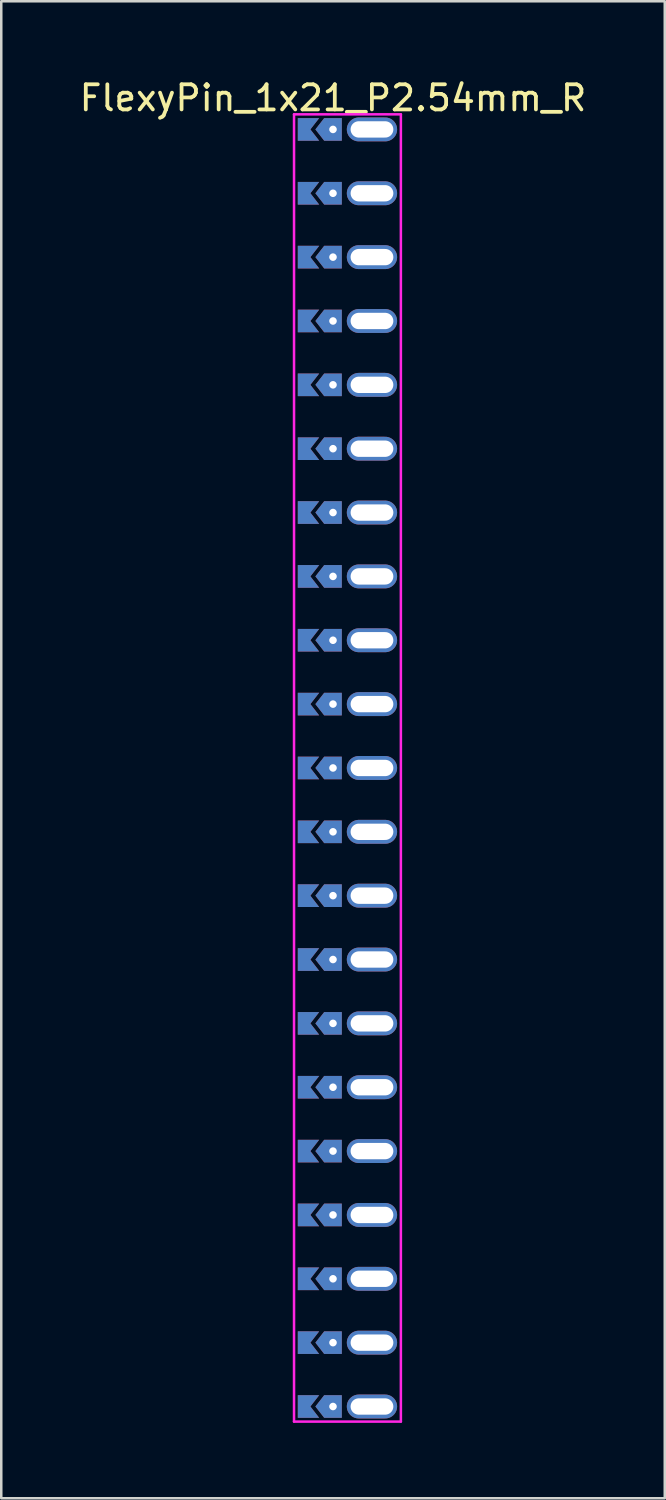
<source format=kicad_pcb>
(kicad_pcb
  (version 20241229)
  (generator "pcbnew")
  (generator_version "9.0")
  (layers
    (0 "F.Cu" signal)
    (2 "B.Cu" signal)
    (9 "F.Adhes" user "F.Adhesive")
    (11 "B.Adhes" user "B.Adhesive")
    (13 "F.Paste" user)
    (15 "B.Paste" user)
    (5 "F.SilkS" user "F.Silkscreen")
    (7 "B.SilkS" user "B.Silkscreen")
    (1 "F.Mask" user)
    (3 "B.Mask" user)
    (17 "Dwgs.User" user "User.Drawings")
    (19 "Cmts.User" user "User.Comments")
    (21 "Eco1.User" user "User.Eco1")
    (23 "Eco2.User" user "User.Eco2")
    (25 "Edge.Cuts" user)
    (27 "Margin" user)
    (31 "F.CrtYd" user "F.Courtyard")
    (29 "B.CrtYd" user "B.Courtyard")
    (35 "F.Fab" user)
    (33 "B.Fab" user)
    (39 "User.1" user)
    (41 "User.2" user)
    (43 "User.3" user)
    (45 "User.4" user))
  (footprint "FlexyPin_1x21_P2.54mm_R"
    (layer "F.Cu")
    (at 10.196 2.098)
    (property "Reference" "FlexyPin_1x21_P2.54mm_R" (at 0 -1.25 0) (layer "F.SilkS") (effects (font (size 1 1) (thickness 0.15))))
    (attr through_hole)
    (fp_line (start -1.55 -0.6) (end 2.7 -0.6) (stroke (width 0.1) (type solid)) (layer "F.CrtYd"))
    (fp_line (start -1.55 51.4) (end -1.55 -0.6) (stroke (width 0.1) (type solid)) (layer "F.CrtYd"))
    (fp_line (start 2.7 -0.6) (end 2.7 51.4) (stroke (width 0.1) (type solid)) (layer "F.CrtYd"))
    (fp_line (start 2.7 51.4) (end -1.55 51.4) (stroke (width 0.1) (type solid)) (layer "F.CrtYd"))
    (pad "" thru_hole custom (at 0 0) (size 0.3 0.3) (drill 0.6) (layers "*.Cu" "*.Mask") (options (anchor rect)) (primitives (gr_poly (pts (xy 0.35 0.45) (xy 0.35 -0.45) (xy -0.35 -0.45) (xy -0.7 0) (xy -0.35 0.45)) (width 0) (fill yes))))
    (pad "" thru_hole custom (at 0 2.54) (size 0.3 0.3) (drill 0.6) (layers "*.Cu" "*.Mask") (options (anchor rect)) (primitives (gr_poly (pts (xy 0.35 0.45) (xy 0.35 -0.45) (xy -0.35 -0.45) (xy -0.7 0) (xy -0.35 0.45)) (width 0) (fill yes))))
    (pad "" thru_hole custom (at 0 5.08) (size 0.3 0.3) (drill 0.6) (layers "*.Cu" "*.Mask") (options (anchor rect)) (primitives (gr_poly (pts (xy 0.35 0.45) (xy 0.35 -0.45) (xy -0.35 -0.45) (xy -0.7 0) (xy -0.35 0.45)) (width 0) (fill yes))))
    (pad "" thru_hole custom (at 0 7.62) (size 0.3 0.3) (drill 0.6) (layers "*.Cu" "*.Mask") (options (anchor rect)) (primitives (gr_poly (pts (xy 0.35 0.45) (xy 0.35 -0.45) (xy -0.35 -0.45) (xy -0.7 0) (xy -0.35 0.45)) (width 0) (fill yes))))
    (pad "" thru_hole custom (at 0 10.16) (size 0.3 0.3) (drill 0.6) (layers "*.Cu" "*.Mask") (options (anchor rect)) (primitives (gr_poly (pts (xy 0.35 0.45) (xy 0.35 -0.45) (xy -0.35 -0.45) (xy -0.7 0) (xy -0.35 0.45)) (width 0) (fill yes))))
    (pad "" thru_hole custom (at 0 12.7) (size 0.3 0.3) (drill 0.6) (layers "*.Cu" "*.Mask") (options (anchor rect)) (primitives (gr_poly (pts (xy 0.35 0.45) (xy 0.35 -0.45) (xy -0.35 -0.45) (xy -0.7 0) (xy -0.35 0.45)) (width 0) (fill yes))))
    (pad "" thru_hole custom (at 0 15.24) (size 0.3 0.3) (drill 0.6) (layers "*.Cu" "*.Mask") (options (anchor rect)) (primitives (gr_poly (pts (xy 0.35 0.45) (xy 0.35 -0.45) (xy -0.35 -0.45) (xy -0.7 0) (xy -0.35 0.45)) (width 0) (fill yes))))
    (pad "" thru_hole custom (at 0 17.78) (size 0.3 0.3) (drill 0.6) (layers "*.Cu" "*.Mask") (options (anchor rect)) (primitives (gr_poly (pts (xy 0.35 0.45) (xy 0.35 -0.45) (xy -0.35 -0.45) (xy -0.7 0) (xy -0.35 0.45)) (width 0) (fill yes))))
    (pad "" thru_hole custom (at 0 20.32) (size 0.3 0.3) (drill 0.6) (layers "*.Cu" "*.Mask") (options (anchor rect)) (primitives (gr_poly (pts (xy 0.35 0.45) (xy 0.35 -0.45) (xy -0.35 -0.45) (xy -0.7 0) (xy -0.35 0.45)) (width 0) (fill yes))))
    (pad "" thru_hole custom (at 0 22.86) (size 0.3 0.3) (drill 0.6) (layers "*.Cu" "*.Mask") (options (anchor rect)) (primitives (gr_poly (pts (xy 0.35 0.45) (xy 0.35 -0.45) (xy -0.35 -0.45) (xy -0.7 0) (xy -0.35 0.45)) (width 0) (fill yes))))
    (pad "" thru_hole custom (at 0 25.4) (size 0.3 0.3) (drill 0.6) (layers "*.Cu" "*.Mask") (options (anchor rect)) (primitives (gr_poly (pts (xy 0.35 0.45) (xy 0.35 -0.45) (xy -0.35 -0.45) (xy -0.7 0) (xy -0.35 0.45)) (width 0) (fill yes))))
    (pad "" thru_hole custom (at 0 27.94) (size 0.3 0.3) (drill 0.6) (layers "*.Cu" "*.Mask") (options (anchor rect)) (primitives (gr_poly (pts (xy 0.35 0.45) (xy 0.35 -0.45) (xy -0.35 -0.45) (xy -0.7 0) (xy -0.35 0.45)) (width 0) (fill yes))))
    (pad "" thru_hole custom (at 0 30.48) (size 0.3 0.3) (drill 0.6) (layers "*.Cu" "*.Mask") (options (anchor rect)) (primitives (gr_poly (pts (xy 0.35 0.45) (xy 0.35 -0.45) (xy -0.35 -0.45) (xy -0.7 0) (xy -0.35 0.45)) (width 0) (fill yes))))
    (pad "" thru_hole custom (at 0 33.02) (size 0.3 0.3) (drill 0.6) (layers "*.Cu" "*.Mask") (options (anchor rect)) (primitives (gr_poly (pts (xy 0.35 0.45) (xy 0.35 -0.45) (xy -0.35 -0.45) (xy -0.7 0) (xy -0.35 0.45)) (width 0) (fill yes))))
    (pad "" thru_hole custom (at 0 35.56) (size 0.3 0.3) (drill 0.6) (layers "*.Cu" "*.Mask") (options (anchor rect)) (primitives (gr_poly (pts (xy 0.35 0.45) (xy 0.35 -0.45) (xy -0.35 -0.45) (xy -0.7 0) (xy -0.35 0.45)) (width 0) (fill yes))))
    (pad "" thru_hole custom (at 0 38.1) (size 0.3 0.3) (drill 0.6) (layers "*.Cu" "*.Mask") (options (anchor rect)) (primitives (gr_poly (pts (xy 0.35 0.45) (xy 0.35 -0.45) (xy -0.35 -0.45) (xy -0.7 0) (xy -0.35 0.45)) (width 0) (fill yes))))
    (pad "" thru_hole custom (at 0 40.64) (size 0.3 0.3) (drill 0.6) (layers "*.Cu" "*.Mask") (options (anchor rect)) (primitives (gr_poly (pts (xy 0.35 0.45) (xy 0.35 -0.45) (xy -0.35 -0.45) (xy -0.7 0) (xy -0.35 0.45)) (width 0) (fill yes))))
    (pad "" thru_hole custom (at 0 43.18) (size 0.3 0.3) (drill 0.6) (layers "*.Cu" "*.Mask") (options (anchor rect)) (primitives (gr_poly (pts (xy 0.35 0.45) (xy 0.35 -0.45) (xy -0.35 -0.45) (xy -0.7 0) (xy -0.35 0.45)) (width 0) (fill yes))))
    (pad "" thru_hole custom (at 0 45.72) (size 0.3 0.3) (drill 0.6) (layers "*.Cu" "*.Mask") (options (anchor rect)) (primitives (gr_poly (pts (xy 0.35 0.45) (xy 0.35 -0.45) (xy -0.35 -0.45) (xy -0.7 0) (xy -0.35 0.45)) (width 0) (fill yes))))
    (pad "" thru_hole custom (at 0 48.26) (size 0.3 0.3) (drill 0.6) (layers "*.Cu" "*.Mask") (options (anchor rect)) (primitives (gr_poly (pts (xy 0.35 0.45) (xy 0.35 -0.45) (xy -0.35 -0.45) (xy -0.7 0) (xy -0.35 0.45)) (width 0) (fill yes))))
    (pad "" thru_hole custom (at 0 50.8) (size 0.3 0.3) (drill 0.6) (layers "*.Cu" "*.Mask") (options (anchor rect)) (primitives (gr_poly (pts (xy 0.35 0.45) (xy 0.35 -0.45) (xy -0.35 -0.45) (xy -0.7 0) (xy -0.35 0.45)) (width 0) (fill yes))))
    (pad "" thru_hole oval (at 1.55 0) (size 2 0.95) (drill oval 1.7 0.65) (layers "*.Cu" "*.Mask"))
    (pad "" thru_hole oval (at 1.55 2.54) (size 2 0.95) (drill oval 1.7 0.65) (layers "*.Cu" "*.Mask"))
    (pad "" thru_hole oval (at 1.55 5.08) (size 2 0.95) (drill oval 1.7 0.65) (layers "*.Cu" "*.Mask"))
    (pad "" thru_hole oval (at 1.55 7.62) (size 2 0.95) (drill oval 1.7 0.65) (layers "*.Cu" "*.Mask"))
    (pad "" thru_hole oval (at 1.55 10.16) (size 2 0.95) (drill oval 1.7 0.65) (layers "*.Cu" "*.Mask"))
    (pad "" thru_hole oval (at 1.55 12.7) (size 2 0.95) (drill oval 1.7 0.65) (layers "*.Cu" "*.Mask"))
    (pad "" thru_hole oval (at 1.55 15.24) (size 2 0.95) (drill oval 1.7 0.65) (layers "*.Cu" "*.Mask"))
    (pad "" thru_hole oval (at 1.55 17.78) (size 2 0.95) (drill oval 1.7 0.65) (layers "*.Cu" "*.Mask"))
    (pad "" thru_hole oval (at 1.55 20.32) (size 2 0.95) (drill oval 1.7 0.65) (layers "*.Cu" "*.Mask"))
    (pad "" thru_hole oval (at 1.55 22.86) (size 2 0.95) (drill oval 1.7 0.65) (layers "*.Cu" "*.Mask"))
    (pad "" thru_hole oval (at 1.55 25.4) (size 2 0.95) (drill oval 1.7 0.65) (layers "*.Cu" "*.Mask"))
    (pad "" thru_hole oval (at 1.55 27.94) (size 2 0.95) (drill oval 1.7 0.65) (layers "*.Cu" "*.Mask"))
    (pad "" thru_hole oval (at 1.55 30.48) (size 2 0.95) (drill oval 1.7 0.65) (layers "*.Cu" "*.Mask"))
    (pad "" thru_hole oval (at 1.55 33.02) (size 2 0.95) (drill oval 1.7 0.65) (layers "*.Cu" "*.Mask"))
    (pad "" thru_hole oval (at 1.55 35.56) (size 2 0.95) (drill oval 1.7 0.65) (layers "*.Cu" "*.Mask"))
    (pad "" thru_hole oval (at 1.55 38.1) (size 2 0.95) (drill oval 1.7 0.65) (layers "*.Cu" "*.Mask"))
    (pad "" thru_hole oval (at 1.55 40.64) (size 2 0.95) (drill oval 1.7 0.65) (layers "*.Cu" "*.Mask"))
    (pad "" thru_hole oval (at 1.55 43.18) (size 2 0.95) (drill oval 1.7 0.65) (layers "*.Cu" "*.Mask"))
    (pad "" thru_hole oval (at 1.55 45.72) (size 2 0.95) (drill oval 1.7 0.65) (layers "*.Cu" "*.Mask"))
    (pad "" thru_hole oval (at 1.55 48.26) (size 2 0.95) (drill oval 1.7 0.65) (layers "*.Cu" "*.Mask"))
    (pad "" thru_hole oval (at 1.55 50.8) (size 2 0.95) (drill oval 1.7 0.65) (layers "*.Cu" "*.Mask"))
    (pad "1" smd custom (at -0.9 0) (size 0.01 0.01) (layers "F.Cu" "F.Mask") (options (anchor rect)) (primitives (gr_poly (pts (xy 0 0) (xy 0.35 0.45) (xy -0.5 0.45) (xy -0.5 -0.45) (xy 0.35 -0.45)) (width 0) (fill yes))))
    (pad "1" smd custom (at -0.9 2.54) (size 0.01 0.01) (layers "F.Cu" "F.Mask") (options (anchor rect)) (primitives (gr_poly (pts (xy 0 0) (xy 0.35 0.45) (xy -0.5 0.45) (xy -0.5 -0.45) (xy 0.35 -0.45)) (width 0) (fill yes))))
    (pad "1" smd custom (at -0.9 5.08) (size 0.01 0.01) (layers "F.Cu" "F.Mask") (options (anchor rect)) (primitives (gr_poly (pts (xy 0 0) (xy 0.35 0.45) (xy -0.5 0.45) (xy -0.5 -0.45) (xy 0.35 -0.45)) (width 0) (fill yes))))
    (pad "1" smd custom (at -0.9 7.62) (size 0.01 0.01) (layers "F.Cu" "F.Mask") (options (anchor rect)) (primitives (gr_poly (pts (xy 0 0) (xy 0.35 0.45) (xy -0.5 0.45) (xy -0.5 -0.45) (xy 0.35 -0.45)) (width 0) (fill yes))))
    (pad "1" smd custom (at -0.9 10.16) (size 0.01 0.01) (layers "F.Cu" "F.Mask") (options (anchor rect)) (primitives (gr_poly (pts (xy 0 0) (xy 0.35 0.45) (xy -0.5 0.45) (xy -0.5 -0.45) (xy 0.35 -0.45)) (width 0) (fill yes))))
    (pad "1" smd custom (at -0.9 12.7) (size 0.01 0.01) (layers "F.Cu" "F.Mask") (options (anchor rect)) (primitives (gr_poly (pts (xy 0 0) (xy 0.35 0.45) (xy -0.5 0.45) (xy -0.5 -0.45) (xy 0.35 -0.45)) (width 0) (fill yes))))
    (pad "1" smd custom (at -0.9 15.24) (size 0.01 0.01) (layers "F.Cu" "F.Mask") (options (anchor rect)) (primitives (gr_poly (pts (xy 0 0) (xy 0.35 0.45) (xy -0.5 0.45) (xy -0.5 -0.45) (xy 0.35 -0.45)) (width 0) (fill yes))))
    (pad "1" smd custom (at -0.9 17.78) (size 0.01 0.01) (layers "F.Cu" "F.Mask") (options (anchor rect)) (primitives (gr_poly (pts (xy 0 0) (xy 0.35 0.45) (xy -0.5 0.45) (xy -0.5 -0.45) (xy 0.35 -0.45)) (width 0) (fill yes))))
    (pad "1" smd custom (at -0.9 20.32) (size 0.01 0.01) (layers "F.Cu" "F.Mask") (options (anchor rect)) (primitives (gr_poly (pts (xy 0 0) (xy 0.35 0.45) (xy -0.5 0.45) (xy -0.5 -0.45) (xy 0.35 -0.45)) (width 0) (fill yes))))
    (pad "1" smd custom (at -0.9 22.86) (size 0.01 0.01) (layers "F.Cu" "F.Mask") (options (anchor rect)) (primitives (gr_poly (pts (xy 0 0) (xy 0.35 0.45) (xy -0.5 0.45) (xy -0.5 -0.45) (xy 0.35 -0.45)) (width 0) (fill yes))))
    (pad "1" smd custom (at -0.9 25.4) (size 0.01 0.01) (layers "F.Cu" "F.Mask") (options (anchor rect)) (primitives (gr_poly (pts (xy 0 0) (xy 0.35 0.45) (xy -0.5 0.45) (xy -0.5 -0.45) (xy 0.35 -0.45)) (width 0) (fill yes))))
    (pad "1" smd custom (at -0.9 27.94) (size 0.01 0.01) (layers "F.Cu" "F.Mask") (options (anchor rect)) (primitives (gr_poly (pts (xy 0 0) (xy 0.35 0.45) (xy -0.5 0.45) (xy -0.5 -0.45) (xy 0.35 -0.45)) (width 0) (fill yes))))
    (pad "1" smd custom (at -0.9 30.48) (size 0.01 0.01) (layers "F.Cu" "F.Mask") (options (anchor rect)) (primitives (gr_poly (pts (xy 0 0) (xy 0.35 0.45) (xy -0.5 0.45) (xy -0.5 -0.45) (xy 0.35 -0.45)) (width 0) (fill yes))))
    (pad "1" smd custom (at -0.9 33.02) (size 0.01 0.01) (layers "F.Cu" "F.Mask") (options (anchor rect)) (primitives (gr_poly (pts (xy 0 0) (xy 0.35 0.45) (xy -0.5 0.45) (xy -0.5 -0.45) (xy 0.35 -0.45)) (width 0) (fill yes))))
    (pad "1" smd custom (at -0.9 35.56) (size 0.01 0.01) (layers "F.Cu" "F.Mask") (options (anchor rect)) (primitives (gr_poly (pts (xy 0 0) (xy 0.35 0.45) (xy -0.5 0.45) (xy -0.5 -0.45) (xy 0.35 -0.45)) (width 0) (fill yes))))
    (pad "1" smd custom (at -0.9 38.1) (size 0.01 0.01) (layers "F.Cu" "F.Mask") (options (anchor rect)) (primitives (gr_poly (pts (xy 0 0) (xy 0.35 0.45) (xy -0.5 0.45) (xy -0.5 -0.45) (xy 0.35 -0.45)) (width 0) (fill yes))))
    (pad "1" smd custom (at -0.9 40.64) (size 0.01 0.01) (layers "F.Cu" "F.Mask") (options (anchor rect)) (primitives (gr_poly (pts (xy 0 0) (xy 0.35 0.45) (xy -0.5 0.45) (xy -0.5 -0.45) (xy 0.35 -0.45)) (width 0) (fill yes))))
    (pad "1" smd custom (at -0.9 43.18) (size 0.01 0.01) (layers "F.Cu" "F.Mask") (options (anchor rect)) (primitives (gr_poly (pts (xy 0 0) (xy 0.35 0.45) (xy -0.5 0.45) (xy -0.5 -0.45) (xy 0.35 -0.45)) (width 0) (fill yes))))
    (pad "1" smd custom (at -0.9 45.72) (size 0.01 0.01) (layers "F.Cu" "F.Mask") (options (anchor rect)) (primitives (gr_poly (pts (xy 0 0) (xy 0.35 0.45) (xy -0.5 0.45) (xy -0.5 -0.45) (xy 0.35 -0.45)) (width 0) (fill yes))))
    (pad "1" smd custom (at -0.9 48.26) (size 0.01 0.01) (layers "F.Cu" "F.Mask") (options (anchor rect)) (primitives (gr_poly (pts (xy 0 0) (xy 0.35 0.45) (xy -0.5 0.45) (xy -0.5 -0.45) (xy 0.35 -0.45)) (width 0) (fill yes))))
    (pad "1" smd custom (at -0.9 50.8) (size 0.01 0.01) (layers "F.Cu" "F.Mask") (options (anchor rect)) (primitives (gr_poly (pts (xy 0 0) (xy 0.35 0.45) (xy -0.5 0.45) (xy -0.5 -0.45) (xy 0.35 -0.45)) (width 0) (fill yes))))
    (pad "2" smd custom (at -0.9 0) (size 0.01 0.01) (layers "B.Cu" "B.Mask") (options (anchor rect)) (primitives (gr_poly (pts (xy 0 0) (xy 0.35 0.45) (xy -0.5 0.45) (xy -0.5 -0.45) (xy 0.35 -0.45)) (width 0) (fill yes))))
    (pad "2" smd custom (at -0.9 2.54) (size 0.01 0.01) (layers "B.Cu" "B.Mask") (options (anchor rect)) (primitives (gr_poly (pts (xy 0 0) (xy 0.35 0.45) (xy -0.5 0.45) (xy -0.5 -0.45) (xy 0.35 -0.45)) (width 0) (fill yes))))
    (pad "2" smd custom (at -0.9 5.08) (size 0.01 0.01) (layers "B.Cu" "B.Mask") (options (anchor rect)) (primitives (gr_poly (pts (xy 0 0) (xy 0.35 0.45) (xy -0.5 0.45) (xy -0.5 -0.45) (xy 0.35 -0.45)) (width 0) (fill yes))))
    (pad "2" smd custom (at -0.9 7.62) (size 0.01 0.01) (layers "B.Cu" "B.Mask") (options (anchor rect)) (primitives (gr_poly (pts (xy 0 0) (xy 0.35 0.45) (xy -0.5 0.45) (xy -0.5 -0.45) (xy 0.35 -0.45)) (width 0) (fill yes))))
    (pad "2" smd custom (at -0.9 10.16) (size 0.01 0.01) (layers "B.Cu" "B.Mask") (options (anchor rect)) (primitives (gr_poly (pts (xy 0 0) (xy 0.35 0.45) (xy -0.5 0.45) (xy -0.5 -0.45) (xy 0.35 -0.45)) (width 0) (fill yes))))
    (pad "2" smd custom (at -0.9 12.7) (size 0.01 0.01) (layers "B.Cu" "B.Mask") (options (anchor rect)) (primitives (gr_poly (pts (xy 0 0) (xy 0.35 0.45) (xy -0.5 0.45) (xy -0.5 -0.45) (xy 0.35 -0.45)) (width 0) (fill yes))))
    (pad "2" smd custom (at -0.9 15.24) (size 0.01 0.01) (layers "B.Cu" "B.Mask") (options (anchor rect)) (primitives (gr_poly (pts (xy 0 0) (xy 0.35 0.45) (xy -0.5 0.45) (xy -0.5 -0.45) (xy 0.35 -0.45)) (width 0) (fill yes))))
    (pad "2" smd custom (at -0.9 17.78) (size 0.01 0.01) (layers "B.Cu" "B.Mask") (options (anchor rect)) (primitives (gr_poly (pts (xy 0 0) (xy 0.35 0.45) (xy -0.5 0.45) (xy -0.5 -0.45) (xy 0.35 -0.45)) (width 0) (fill yes))))
    (pad "2" smd custom (at -0.9 20.32) (size 0.01 0.01) (layers "B.Cu" "B.Mask") (options (anchor rect)) (primitives (gr_poly (pts (xy 0 0) (xy 0.35 0.45) (xy -0.5 0.45) (xy -0.5 -0.45) (xy 0.35 -0.45)) (width 0) (fill yes))))
    (pad "2" smd custom (at -0.9 22.86) (size 0.01 0.01) (layers "B.Cu" "B.Mask") (options (anchor rect)) (primitives (gr_poly (pts (xy 0 0) (xy 0.35 0.45) (xy -0.5 0.45) (xy -0.5 -0.45) (xy 0.35 -0.45)) (width 0) (fill yes))))
    (pad "2" smd custom (at -0.9 25.4) (size 0.01 0.01) (layers "B.Cu" "B.Mask") (options (anchor rect)) (primitives (gr_poly (pts (xy 0 0) (xy 0.35 0.45) (xy -0.5 0.45) (xy -0.5 -0.45) (xy 0.35 -0.45)) (width 0) (fill yes))))
    (pad "2" smd custom (at -0.9 27.94) (size 0.01 0.01) (layers "B.Cu" "B.Mask") (options (anchor rect)) (primitives (gr_poly (pts (xy 0 0) (xy 0.35 0.45) (xy -0.5 0.45) (xy -0.5 -0.45) (xy 0.35 -0.45)) (width 0) (fill yes))))
    (pad "2" smd custom (at -0.9 30.48) (size 0.01 0.01) (layers "B.Cu" "B.Mask") (options (anchor rect)) (primitives (gr_poly (pts (xy 0 0) (xy 0.35 0.45) (xy -0.5 0.45) (xy -0.5 -0.45) (xy 0.35 -0.45)) (width 0) (fill yes))))
    (pad "2" smd custom (at -0.9 33.02) (size 0.01 0.01) (layers "B.Cu" "B.Mask") (options (anchor rect)) (primitives (gr_poly (pts (xy 0 0) (xy 0.35 0.45) (xy -0.5 0.45) (xy -0.5 -0.45) (xy 0.35 -0.45)) (width 0) (fill yes))))
    (pad "2" smd custom (at -0.9 35.56) (size 0.01 0.01) (layers "B.Cu" "B.Mask") (options (anchor rect)) (primitives (gr_poly (pts (xy 0 0) (xy 0.35 0.45) (xy -0.5 0.45) (xy -0.5 -0.45) (xy 0.35 -0.45)) (width 0) (fill yes))))
    (pad "2" smd custom (at -0.9 38.1) (size 0.01 0.01) (layers "B.Cu" "B.Mask") (options (anchor rect)) (primitives (gr_poly (pts (xy 0 0) (xy 0.35 0.45) (xy -0.5 0.45) (xy -0.5 -0.45) (xy 0.35 -0.45)) (width 0) (fill yes))))
    (pad "2" smd custom (at -0.9 40.64) (size 0.01 0.01) (layers "B.Cu" "B.Mask") (options (anchor rect)) (primitives (gr_poly (pts (xy 0 0) (xy 0.35 0.45) (xy -0.5 0.45) (xy -0.5 -0.45) (xy 0.35 -0.45)) (width 0) (fill yes))))
    (pad "2" smd custom (at -0.9 43.18) (size 0.01 0.01) (layers "B.Cu" "B.Mask") (options (anchor rect)) (primitives (gr_poly (pts (xy 0 0) (xy 0.35 0.45) (xy -0.5 0.45) (xy -0.5 -0.45) (xy 0.35 -0.45)) (width 0) (fill yes))))
    (pad "2" smd custom (at -0.9 45.72) (size 0.01 0.01) (layers "B.Cu" "B.Mask") (options (anchor rect)) (primitives (gr_poly (pts (xy 0 0) (xy 0.35 0.45) (xy -0.5 0.45) (xy -0.5 -0.45) (xy 0.35 -0.45)) (width 0) (fill yes))))
    (pad "2" smd custom (at -0.9 48.26) (size 0.01 0.01) (layers "B.Cu" "B.Mask") (options (anchor rect)) (primitives (gr_poly (pts (xy 0 0) (xy 0.35 0.45) (xy -0.5 0.45) (xy -0.5 -0.45) (xy 0.35 -0.45)) (width 0) (fill yes))))
    (pad "2" smd custom (at -0.9 50.8) (size 0.01 0.01) (layers "B.Cu" "B.Mask") (options (anchor rect)) (primitives (gr_poly (pts (xy 0 0) (xy 0.35 0.45) (xy -0.5 0.45) (xy -0.5 -0.45) (xy 0.35 -0.45)) (width 0) (fill yes)))))
  (gr_rect
    (start -3 -3)
    (end 23.393 56.548)
    (stroke (width 0.1) (type default))
    (fill no)
    (layer "Edge.Cuts")))
</source>
